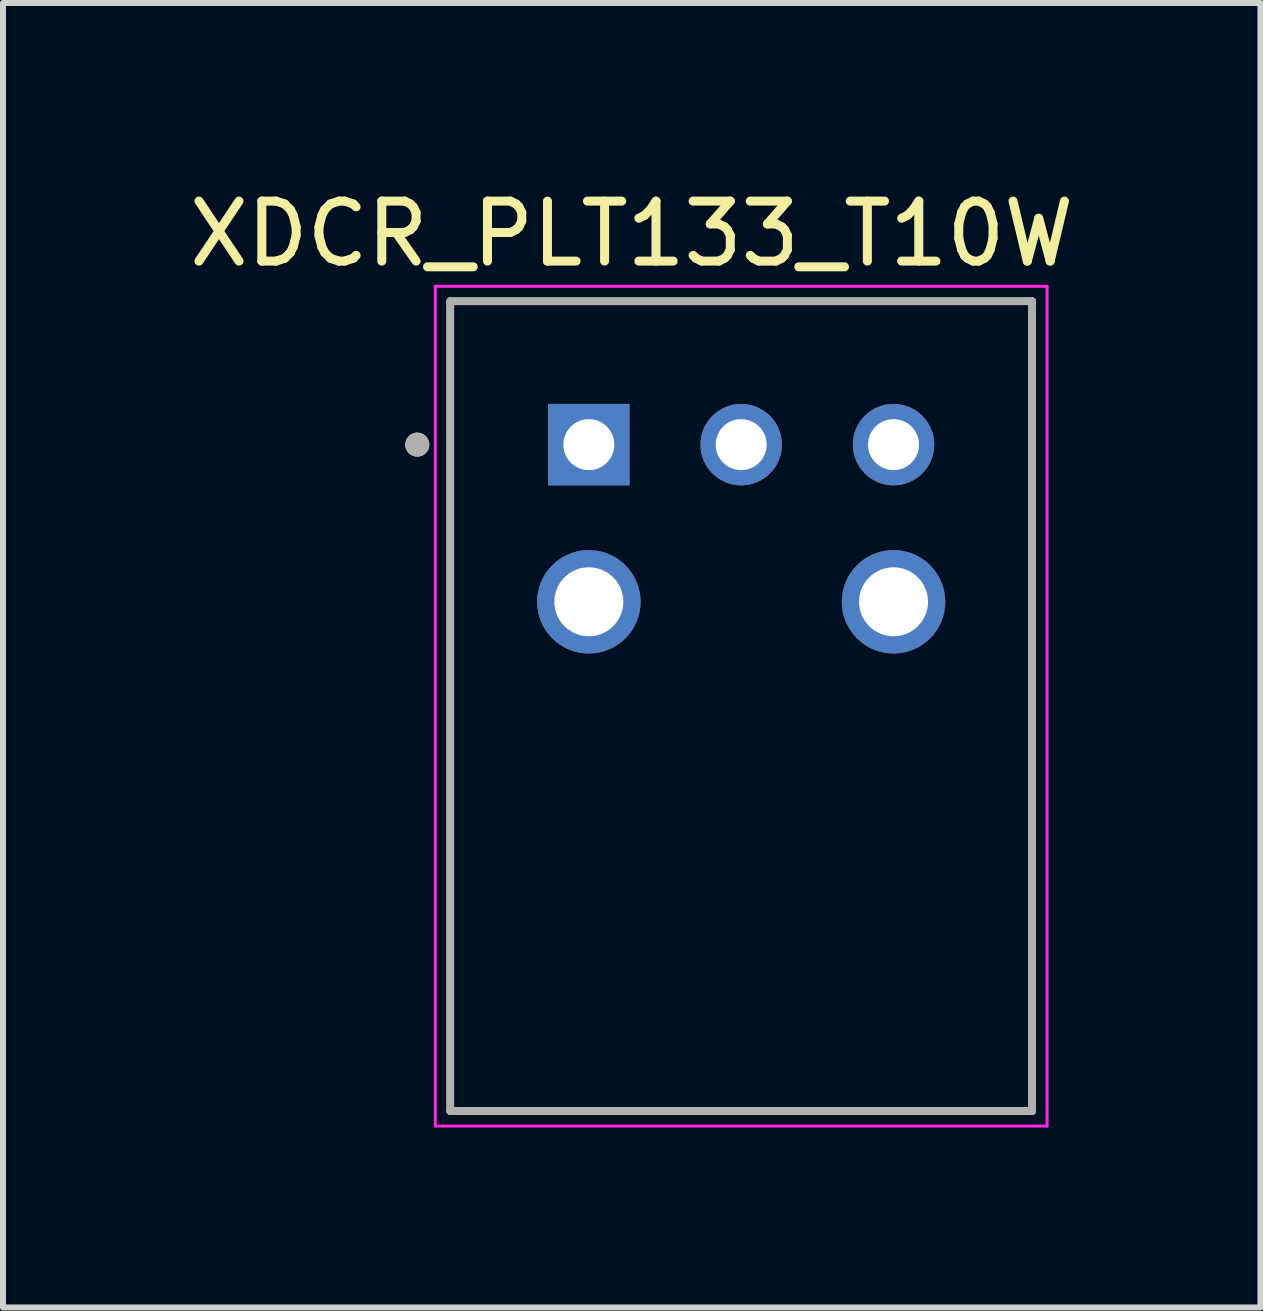
<source format=kicad_pcb>
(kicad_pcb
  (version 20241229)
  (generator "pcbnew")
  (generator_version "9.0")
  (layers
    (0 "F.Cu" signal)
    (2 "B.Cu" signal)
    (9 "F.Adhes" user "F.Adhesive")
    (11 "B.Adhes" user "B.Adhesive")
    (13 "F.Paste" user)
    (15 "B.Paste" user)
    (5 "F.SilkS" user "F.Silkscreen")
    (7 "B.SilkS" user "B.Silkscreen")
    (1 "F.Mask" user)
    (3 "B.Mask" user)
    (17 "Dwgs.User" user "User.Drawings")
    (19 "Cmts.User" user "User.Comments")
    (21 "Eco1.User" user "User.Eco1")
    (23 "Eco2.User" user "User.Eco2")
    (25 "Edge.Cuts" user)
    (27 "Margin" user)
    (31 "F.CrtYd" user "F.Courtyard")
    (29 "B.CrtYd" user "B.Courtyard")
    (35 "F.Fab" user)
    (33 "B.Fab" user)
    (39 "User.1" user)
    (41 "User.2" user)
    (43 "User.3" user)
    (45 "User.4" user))
  (footprint "XDCR_PLT133_T10W"
    (layer "F.Cu")
    (at 9.307 6.983)
    (property "Reference" "XDCR_PLT133_T10W" (at -1.825 -6.135 0) (layer "F.SilkS") (effects (font (size 1 1) (thickness 0.15))))
    (attr through_hole)
    (fp_line (start -4.85 -5.01) (end 4.85 -5.01) (stroke (width 0.127) (type solid)) (layer "F.SilkS"))
    (fp_line (start -4.85 8.49) (end -4.85 -5.01) (stroke (width 0.127) (type solid)) (layer "F.SilkS"))
    (fp_line (start -4.85 8.49) (end 4.85 8.49) (stroke (width 0.127) (type solid)) (layer "F.SilkS"))
    (fp_line (start 4.85 8.49) (end 4.85 -5.01) (stroke (width 0.127) (type solid)) (layer "F.SilkS"))
    (fp_circle (center -5.4 -2.62) (end -5.3 -2.62) (stroke (width 0.2) (type solid)) (fill no) (layer "F.SilkS"))
    (fp_line (start -5.1 -5.26) (end 5.1 -5.26) (stroke (width 0.05) (type solid)) (layer "F.CrtYd"))
    (fp_line (start -5.1 8.74) (end -5.1 -5.26) (stroke (width 0.05) (type solid)) (layer "F.CrtYd"))
    (fp_line (start 5.1 -5.26) (end 5.1 8.74) (stroke (width 0.05) (type solid)) (layer "F.CrtYd"))
    (fp_line (start 5.1 8.74) (end -5.1 8.74) (stroke (width 0.05) (type solid)) (layer "F.CrtYd"))
    (fp_line (start -4.85 -5.01) (end 4.85 -5.01) (stroke (width 0.127) (type solid)) (layer "F.Fab"))
    (fp_line (start -4.85 8.49) (end -4.85 -5.01) (stroke (width 0.127) (type solid)) (layer "F.Fab"))
    (fp_line (start -4.85 8.49) (end 4.85 8.49) (stroke (width 0.127) (type solid)) (layer "F.Fab"))
    (fp_line (start 4.85 8.49) (end 4.85 -5.01) (stroke (width 0.127) (type solid)) (layer "F.Fab"))
    (fp_circle (center -5.4 -2.62) (end -5.3 -2.62) (stroke (width 0.2) (type solid)) (fill no) (layer "F.Fab"))
    (pad "1" thru_hole rect (at -2.54 -2.62) (size 1.358 1.358) (drill 0.85) (layers "*.Cu" "*.Mask"))
    (pad "2" thru_hole circle (at 0 -2.62) (size 1.358 1.358) (drill 0.85) (layers "*.Cu" "*.Mask"))
    (pad "3" thru_hole circle (at 2.54 -2.62) (size 1.358 1.358) (drill 0.85) (layers "*.Cu" "*.Mask"))
    (pad "4" thru_hole circle (at -2.54 0) (size 1.725 1.725) (drill 1.15) (layers "*.Cu" "*.Mask"))
    (pad "5" thru_hole circle (at 2.54 0) (size 1.725 1.725) (drill 1.15) (layers "*.Cu" "*.Mask")))
  (gr_rect
    (start -3 -3)
    (end 17.964 18.748)
    (stroke (width 0.1) (type default))
    (fill no)
    (layer "Edge.Cuts")))
</source>
